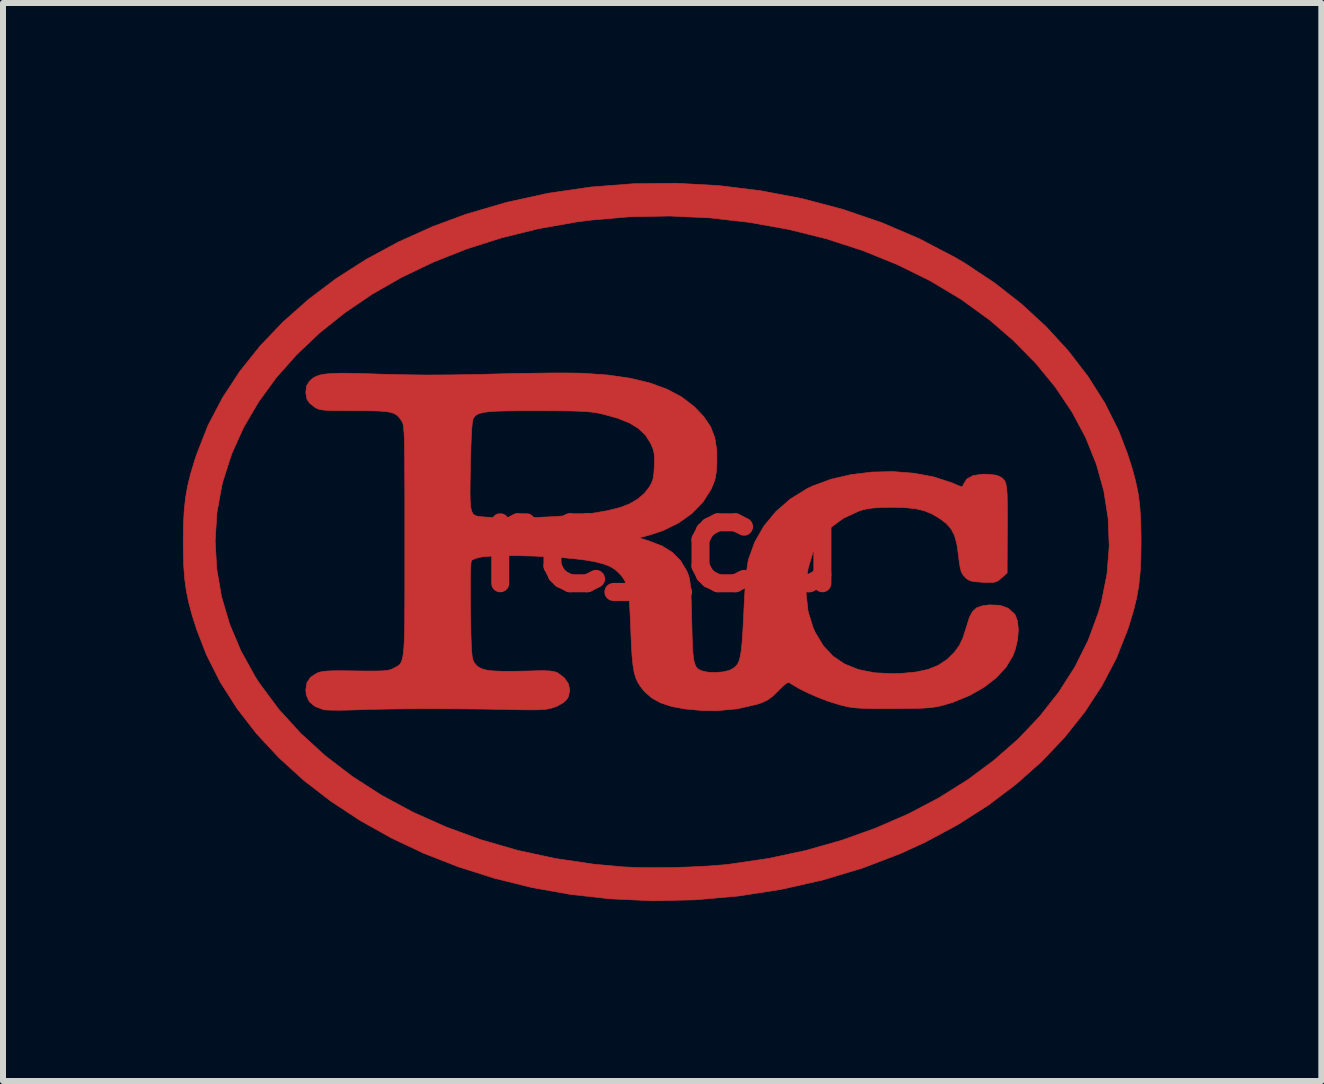
<source format=kicad_pcb>
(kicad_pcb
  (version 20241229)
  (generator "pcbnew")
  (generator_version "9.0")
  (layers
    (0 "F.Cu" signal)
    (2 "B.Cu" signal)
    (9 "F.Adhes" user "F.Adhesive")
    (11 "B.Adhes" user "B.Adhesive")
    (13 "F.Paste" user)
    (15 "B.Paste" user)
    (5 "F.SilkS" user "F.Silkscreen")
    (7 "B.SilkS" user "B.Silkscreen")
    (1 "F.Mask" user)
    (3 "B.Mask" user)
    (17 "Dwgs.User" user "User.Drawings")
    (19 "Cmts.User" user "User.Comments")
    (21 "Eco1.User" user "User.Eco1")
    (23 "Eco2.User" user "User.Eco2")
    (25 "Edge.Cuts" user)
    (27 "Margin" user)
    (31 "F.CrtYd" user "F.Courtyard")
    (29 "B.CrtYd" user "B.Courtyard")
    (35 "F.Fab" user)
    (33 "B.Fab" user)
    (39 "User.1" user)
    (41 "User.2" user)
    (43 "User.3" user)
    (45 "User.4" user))
  (footprint "rc_cu"
    (layer "F.Cu")
    (at 7.975 5.984)
    (property "Reference" "rc_cu" (at 0 0 0) (layer "F.Cu") (effects (font (size 1.524 1.524) (thickness 0.3))))
    (attr through_hole)
    (fp_poly (pts (xy 0.957 -5.94) (xy 1.659 -5.854) (xy 2.348 -5.723) (xy 3.021 -5.545) (xy 3.673 -5.323) (xy 4.299 -5.055) (xy 4.896 -4.743) (xy 5.064 -4.644) (xy 5.552 -4.32) (xy 6.005 -3.966) (xy 6.418 -3.585) (xy 6.789 -3.18) (xy 7.115 -2.755) (xy 7.394 -2.314) (xy 7.622 -1.859) (xy 7.772 -1.468) (xy 7.849 -1.227) (xy 7.906 -1.014) (xy 7.948 -0.814) (xy 7.975 -0.612) (xy 7.991 -0.391) (xy 7.997 -0.137) (xy 7.998 0) (xy 7.994 0.278) (xy 7.982 0.516) (xy 7.96 0.727) (xy 7.925 0.929) (xy 7.875 1.135) (xy 7.807 1.362) (xy 7.773 1.466) (xy 7.586 1.939) (xy 7.346 2.397) (xy 7.057 2.839) (xy 6.72 3.262) (xy 6.338 3.664) (xy 5.913 4.041) (xy 5.449 4.391) (xy 4.947 4.712) (xy 4.411 5.001) (xy 3.993 5.193) (xy 3.357 5.437) (xy 2.69 5.637) (xy 1.999 5.793) (xy 1.291 5.903) (xy 0.573 5.967) (xy -0.148 5.983) (xy -0.861 5.95) (xy -1.518 5.876) (xy -2.159 5.762) (xy -2.781 5.608) (xy -3.381 5.418) (xy -3.957 5.193) (xy -4.505 4.934) (xy -5.024 4.643) (xy -5.51 4.323) (xy -5.961 3.975) (xy -6.373 3.6) (xy -6.745 3.201) (xy -7.072 2.779) (xy -7.354 2.337) (xy -7.586 1.875) (xy -7.744 1.466) (xy -7.821 1.226) (xy -7.878 1.013) (xy -7.919 0.812) (xy -7.947 0.609) (xy -7.963 0.386) (xy -7.969 0.13) (xy -7.97 0) (xy -7.97 -0.018) (xy -7.438 -0.018) (xy -7.412 0.45) (xy -7.332 0.913) (xy -7.198 1.369) (xy -7.01 1.815) (xy -6.77 2.249) (xy -6.697 2.361) (xy -6.38 2.788) (xy -6.015 3.189) (xy -5.606 3.563) (xy -5.155 3.908) (xy -4.666 4.223) (xy -4.143 4.505) (xy -3.588 4.753) (xy -3.005 4.966) (xy -2.397 5.142) (xy -1.768 5.278) (xy -1.12 5.374) (xy -0.635 5.418) (xy -0.395 5.429) (xy -0.117 5.432) (xy 0.183 5.429) (xy 0.487 5.419) (xy 0.777 5.404) (xy 1.037 5.384) (xy 1.129 5.374) (xy 1.777 5.279) (xy 2.402 5.146) (xy 3.003 4.976) (xy 3.576 4.771) (xy 4.12 4.534) (xy 4.631 4.265) (xy 5.108 3.966) (xy 5.548 3.639) (xy 5.95 3.286) (xy 6.309 2.908) (xy 6.625 2.507) (xy 6.895 2.084) (xy 7.116 1.642) (xy 7.286 1.181) (xy 7.337 1.002) (xy 7.43 0.537) (xy 7.467 0.072) (xy 7.449 -0.389) (xy 7.378 -0.846) (xy 7.253 -1.295) (xy 7.076 -1.736) (xy 6.847 -2.165) (xy 6.568 -2.581) (xy 6.239 -2.982) (xy 5.86 -3.366) (xy 5.475 -3.698) (xy 5.001 -4.042) (xy 4.486 -4.351) (xy 3.935 -4.623) (xy 3.354 -4.858) (xy 2.746 -5.055) (xy 2.116 -5.211) (xy 1.468 -5.327) (xy 0.808 -5.402) (xy 0.141 -5.433) (xy -0.531 -5.42) (xy -1.201 -5.362) (xy -1.425 -5.332) (xy -2.054 -5.22) (xy -2.661 -5.07) (xy -3.243 -4.885) (xy -3.798 -4.665) (xy -4.323 -4.414) (xy -4.817 -4.132) (xy -5.275 -3.821) (xy -5.697 -3.484) (xy -6.079 -3.122) (xy -6.42 -2.738) (xy -6.715 -2.332) (xy -6.964 -1.908) (xy -7.163 -1.465) (xy -7.31 -1.008) (xy -7.324 -0.952) (xy -7.409 -0.486) (xy -7.438 -0.018) (xy -7.97 -0.018) (xy -7.967 -0.277) (xy -7.955 -0.512) (xy -7.933 -0.723) (xy -7.899 -0.923) (xy -7.849 -1.128) (xy -7.781 -1.354) (xy -7.744 -1.466) (xy -7.557 -1.941) (xy -7.317 -2.4) (xy -7.027 -2.843) (xy -6.69 -3.265) (xy -6.308 -3.665) (xy -5.884 -4.041) (xy -5.421 -4.39) (xy -4.92 -4.71) (xy -4.385 -4.999) (xy -3.819 -5.254) (xy -3.26 -5.461) (xy -2.578 -5.661) (xy -1.882 -5.813) (xy -1.176 -5.916) (xy -0.465 -5.971) (xy 0.248 -5.979) (xy 0.957 -5.94)) (stroke (width 0.01) (type solid)) (fill yes) (layer "F.Cu"))
    (fp_poly (pts (xy -1.422 -2.814) (xy -1.312 -2.812) (xy -0.89 -2.782) (xy -0.516 -2.728) (xy -0.188 -2.649) (xy 0.098 -2.544) (xy 0.343 -2.413) (xy 0.55 -2.254) (xy 0.709 -2.087) (xy 0.822 -1.919) (xy 0.892 -1.736) (xy 0.925 -1.526) (xy 0.926 -1.312) (xy 0.917 -1.174) (xy 0.902 -1.071) (xy 0.874 -0.98) (xy 0.83 -0.879) (xy 0.824 -0.868) (xy 0.691 -0.659) (xy 0.51 -0.474) (xy 0.288 -0.316) (xy 0.031 -0.19) (xy -0.178 -0.12) (xy -0.37 -0.068) (xy -0.206 -0.016) (xy 0.014 0.069) (xy 0.187 0.177) (xy 0.32 0.312) (xy 0.422 0.48) (xy 0.428 0.494) (xy 0.448 0.542) (xy 0.464 0.593) (xy 0.476 0.652) (xy 0.485 0.73) (xy 0.492 0.834) (xy 0.498 0.971) (xy 0.503 1.152) (xy 0.507 1.312) (xy 0.513 1.543) (xy 0.519 1.725) (xy 0.528 1.863) (xy 0.54 1.965) (xy 0.558 2.037) (xy 0.581 2.085) (xy 0.611 2.118) (xy 0.651 2.14) (xy 0.672 2.149) (xy 0.774 2.172) (xy 0.902 2.177) (xy 1.029 2.167) (xy 1.133 2.142) (xy 1.153 2.133) (xy 1.201 2.106) (xy 1.24 2.076) (xy 1.272 2.036) (xy 1.297 1.982) (xy 1.317 1.906) (xy 1.334 1.803) (xy 1.347 1.667) (xy 1.359 1.492) (xy 1.371 1.272) (xy 1.382 1.03) (xy 1.394 0.817) (xy 1.409 0.624) (xy 1.425 0.463) (xy 1.443 0.343) (xy 1.452 0.296) (xy 1.557 0.004) (xy 1.711 -0.265) (xy 1.911 -0.506) (xy 2.151 -0.715) (xy 2.429 -0.887) (xy 2.521 -0.931) (xy 2.825 -1.043) (xy 3.158 -1.121) (xy 3.508 -1.164) (xy 3.863 -1.172) (xy 4.212 -1.145) (xy 4.543 -1.083) (xy 4.844 -0.985) (xy 4.891 -0.965) (xy 4.968 -0.932) (xy 5.009 -0.922) (xy 5.028 -0.935) (xy 5.038 -0.961) (xy 5.094 -1.049) (xy 5.197 -1.105) (xy 5.344 -1.128) (xy 5.382 -1.129) (xy 5.487 -1.124) (xy 5.578 -1.112) (xy 5.625 -1.097) (xy 5.668 -1.074) (xy 5.701 -1.049) (xy 5.727 -1.015) (xy 5.745 -0.965) (xy 5.757 -0.893) (xy 5.765 -0.792) (xy 5.768 -0.656) (xy 5.769 -0.477) (xy 5.769 -0.249) (xy 5.768 -0.221) (xy 5.765 0.518) (xy 5.673 0.6) (xy 5.623 0.642) (xy 5.578 0.666) (xy 5.519 0.676) (xy 5.431 0.676) (xy 5.359 0.673) (xy 5.243 0.665) (xy 5.166 0.653) (xy 5.114 0.631) (xy 5.068 0.594) (xy 5.062 0.587) (xy 5.027 0.546) (xy 5.001 0.498) (xy 4.983 0.43) (xy 4.966 0.328) (xy 4.953 0.214) (xy 4.926 0.031) (xy 4.887 -0.109) (xy 4.83 -0.218) (xy 4.749 -0.308) (xy 4.638 -0.392) (xy 4.511 -0.467) (xy 4.383 -0.519) (xy 4.239 -0.553) (xy 4.067 -0.571) (xy 3.855 -0.576) (xy 3.824 -0.576) (xy 3.656 -0.573) (xy 3.53 -0.565) (xy 3.432 -0.552) (xy 3.346 -0.531) (xy 3.29 -0.512) (xy 3.034 -0.393) (xy 2.821 -0.237) (xy 2.652 -0.047) (xy 2.527 0.178) (xy 2.449 0.435) (xy 2.429 0.555) (xy 2.414 0.87) (xy 2.447 1.161) (xy 2.531 1.431) (xy 2.569 1.515) (xy 2.699 1.73) (xy 2.861 1.904) (xy 3.056 2.036) (xy 3.286 2.128) (xy 3.554 2.182) (xy 3.862 2.197) (xy 3.993 2.193) (xy 4.242 2.17) (xy 4.447 2.126) (xy 4.616 2.058) (xy 4.759 1.963) (xy 4.78 1.944) (xy 4.888 1.838) (xy 4.969 1.726) (xy 5.031 1.594) (xy 5.085 1.423) (xy 5.09 1.406) (xy 5.136 1.26) (xy 5.189 1.16) (xy 5.259 1.098) (xy 5.356 1.064) (xy 5.469 1.05) (xy 5.644 1.057) (xy 5.783 1.106) (xy 5.884 1.197) (xy 5.9 1.219) (xy 5.939 1.325) (xy 5.952 1.465) (xy 5.94 1.624) (xy 5.903 1.786) (xy 5.86 1.901) (xy 5.747 2.089) (xy 5.584 2.265) (xy 5.379 2.424) (xy 5.137 2.561) (xy 4.866 2.673) (xy 4.727 2.715) (xy 4.648 2.736) (xy 4.571 2.751) (xy 4.488 2.762) (xy 4.388 2.77) (xy 4.263 2.775) (xy 4.102 2.777) (xy 3.896 2.779) (xy 3.852 2.779) (xy 3.642 2.779) (xy 3.478 2.778) (xy 3.351 2.774) (xy 3.25 2.768) (xy 3.166 2.759) (xy 3.09 2.745) (xy 3.01 2.725) (xy 2.93 2.703) (xy 2.775 2.654) (xy 2.608 2.59) (xy 2.443 2.518) (xy 2.297 2.445) (xy 2.184 2.379) (xy 2.161 2.363) (xy 2.131 2.346) (xy 2.1 2.349) (xy 2.057 2.379) (xy 1.992 2.44) (xy 1.948 2.485) (xy 1.853 2.576) (xy 1.77 2.636) (xy 1.676 2.68) (xy 1.593 2.708) (xy 1.265 2.783) (xy 0.913 2.815) (xy 0.666 2.81) (xy 0.394 2.785) (xy 0.171 2.743) (xy -0.01 2.684) (xy -0.156 2.604) (xy -0.274 2.501) (xy -0.292 2.481) (xy -0.348 2.41) (xy -0.393 2.34) (xy -0.428 2.262) (xy -0.454 2.168) (xy -0.473 2.049) (xy -0.488 1.899) (xy -0.499 1.709) (xy -0.509 1.471) (xy -0.509 1.464) (xy -0.519 1.231) (xy -0.529 1.046) (xy -0.543 0.903) (xy -0.56 0.792) (xy -0.583 0.707) (xy -0.614 0.639) (xy -0.653 0.58) (xy -0.7 0.527) (xy -0.773 0.459) (xy -0.853 0.41) (xy -0.956 0.37) (xy -1.098 0.333) (xy -1.116 0.329) (xy -1.258 0.304) (xy -1.443 0.281) (xy -1.657 0.262) (xy -1.891 0.247) (xy -2.132 0.236) (xy -2.369 0.23) (xy -2.59 0.229) (xy -2.784 0.233) (xy -2.94 0.244) (xy -3.002 0.252) (xy -3.087 0.272) (xy -3.15 0.3) (xy -3.166 0.313) (xy -3.173 0.354) (xy -3.179 0.445) (xy -3.183 0.584) (xy -3.184 0.764) (xy -3.183 0.981) (xy -3.181 1.145) (xy -3.177 1.382) (xy -3.173 1.57) (xy -3.168 1.714) (xy -3.162 1.821) (xy -3.154 1.899) (xy -3.145 1.953) (xy -3.132 1.989) (xy -3.121 2.01) (xy -3.085 2.056) (xy -3.04 2.093) (xy -2.98 2.12) (xy -2.899 2.14) (xy -2.789 2.152) (xy -2.646 2.157) (xy -2.461 2.157) (xy -2.23 2.153) (xy -2.099 2.149) (xy -1.948 2.147) (xy -1.842 2.153) (xy -1.767 2.168) (xy -1.727 2.184) (xy -1.618 2.265) (xy -1.549 2.365) (xy -1.526 2.475) (xy -1.55 2.583) (xy -1.581 2.633) (xy -1.64 2.684) (xy -1.729 2.734) (xy -1.785 2.757) (xy -1.84 2.773) (xy -1.897 2.786) (xy -1.967 2.794) (xy -2.057 2.799) (xy -2.177 2.8) (xy -2.334 2.799) (xy -2.539 2.795) (xy -2.568 2.794) (xy -2.975 2.787) (xy -3.384 2.783) (xy -3.785 2.781) (xy -4.168 2.782) (xy -4.523 2.786) (xy -4.839 2.792) (xy -5.052 2.799) (xy -5.219 2.804) (xy -5.373 2.806) (xy -5.501 2.805) (xy -5.592 2.802) (xy -5.63 2.797) (xy -5.774 2.743) (xy -5.869 2.663) (xy -5.918 2.554) (xy -5.927 2.469) (xy -5.908 2.347) (xy -5.847 2.256) (xy -5.745 2.19) (xy -5.702 2.173) (xy -5.647 2.161) (xy -5.574 2.153) (xy -5.472 2.149) (xy -5.333 2.148) (xy -5.148 2.15) (xy -5.102 2.151) (xy -4.909 2.153) (xy -4.763 2.153) (xy -4.657 2.15) (xy -4.581 2.144) (xy -4.527 2.134) (xy -4.486 2.119) (xy -4.466 2.109) (xy -4.43 2.09) (xy -4.398 2.073) (xy -4.372 2.053) (xy -4.349 2.028) (xy -4.33 1.992) (xy -4.315 1.942) (xy -4.303 1.874) (xy -4.293 1.783) (xy -4.286 1.667) (xy -4.281 1.52) (xy -4.278 1.338) (xy -4.277 1.119) (xy -4.276 0.857) (xy -4.276 0.548) (xy -4.276 0.19) (xy -4.276 -0.014) (xy -4.276 -0.392) (xy -4.276 -0.717) (xy -4.276 -0.834) (xy -3.189 -0.834) (xy -3.187 -0.693) (xy -3.179 -0.588) (xy -3.164 -0.516) (xy -3.141 -0.469) (xy -3.107 -0.441) (xy -3.061 -0.427) (xy -3.001 -0.419) (xy -2.963 -0.416) (xy -2.785 -0.406) (xy -2.563 -0.401) (xy -2.312 -0.402) (xy -2.045 -0.409) (xy -1.775 -0.422) (xy -1.75 -0.424) (xy -1.412 -0.449) (xy -1.125 -0.481) (xy -0.885 -0.523) (xy -0.685 -0.574) (xy -0.522 -0.638) (xy -0.39 -0.716) (xy -0.283 -0.809) (xy -0.203 -0.91) (xy -0.163 -0.98) (xy -0.138 -1.051) (xy -0.124 -1.142) (xy -0.117 -1.262) (xy -0.114 -1.386) (xy -0.12 -1.475) (xy -0.138 -1.55) (xy -0.172 -1.631) (xy -0.182 -1.65) (xy -0.265 -1.781) (xy -0.38 -1.891) (xy -0.531 -1.983) (xy -0.725 -2.061) (xy -0.969 -2.129) (xy -1.015 -2.14) (xy -1.089 -2.154) (xy -1.173 -2.165) (xy -1.275 -2.174) (xy -1.401 -2.18) (xy -1.56 -2.184) (xy -1.758 -2.186) (xy -2.003 -2.187) (xy -2.074 -2.187) (xy -2.339 -2.187) (xy -2.554 -2.184) (xy -2.723 -2.18) (xy -2.854 -2.172) (xy -2.952 -2.161) (xy -3.023 -2.144) (xy -3.073 -2.123) (xy -3.108 -2.095) (xy -3.133 -2.06) (xy -3.138 -2.05) (xy -3.149 -2.002) (xy -3.159 -1.901) (xy -3.168 -1.752) (xy -3.175 -1.558) (xy -3.182 -1.324) (xy -3.183 -1.257) (xy -3.187 -1.021) (xy -3.189 -0.834) (xy -4.276 -0.834) (xy -4.277 -0.994) (xy -4.278 -1.227) (xy -4.279 -1.419) (xy -4.281 -1.576) (xy -4.284 -1.701) (xy -4.288 -1.798) (xy -4.293 -1.871) (xy -4.299 -1.924) (xy -4.305 -1.962) (xy -4.314 -1.989) (xy -4.323 -2.008) (xy -4.325 -2.012) (xy -4.365 -2.067) (xy -4.405 -2.11) (xy -4.455 -2.141) (xy -4.522 -2.162) (xy -4.614 -2.176) (xy -4.739 -2.183) (xy -4.904 -2.187) (xy -5.108 -2.187) (xy -5.306 -2.188) (xy -5.456 -2.189) (xy -5.566 -2.193) (xy -5.644 -2.199) (xy -5.699 -2.209) (xy -5.739 -2.223) (xy -5.772 -2.241) (xy -5.773 -2.242) (xy -5.862 -2.311) (xy -5.909 -2.382) (xy -5.925 -2.476) (xy -5.926 -2.501) (xy -5.914 -2.6) (xy -5.868 -2.675) (xy -5.855 -2.689) (xy -5.81 -2.728) (xy -5.759 -2.758) (xy -5.695 -2.781) (xy -5.611 -2.797) (xy -5.501 -2.807) (xy -5.359 -2.812) (xy -5.18 -2.811) (xy -4.956 -2.806) (xy -4.705 -2.797) (xy -4.323 -2.787) (xy -3.925 -2.782) (xy -3.501 -2.784) (xy -3.039 -2.792) (xy -2.818 -2.798) (xy -2.555 -2.805) (xy -2.291 -2.81) (xy -2.036 -2.813) (xy -1.8 -2.816) (xy -1.592 -2.816) (xy -1.422 -2.814)) (stroke (width 0.01) (type solid)) (fill yes) (layer "F.Cu")))
  (gr_rect
    (start -3 -3)
    (end 18.978 14.972)
    (stroke (width 0.1) (type default))
    (fill no)
    (layer "Edge.Cuts")))
</source>
